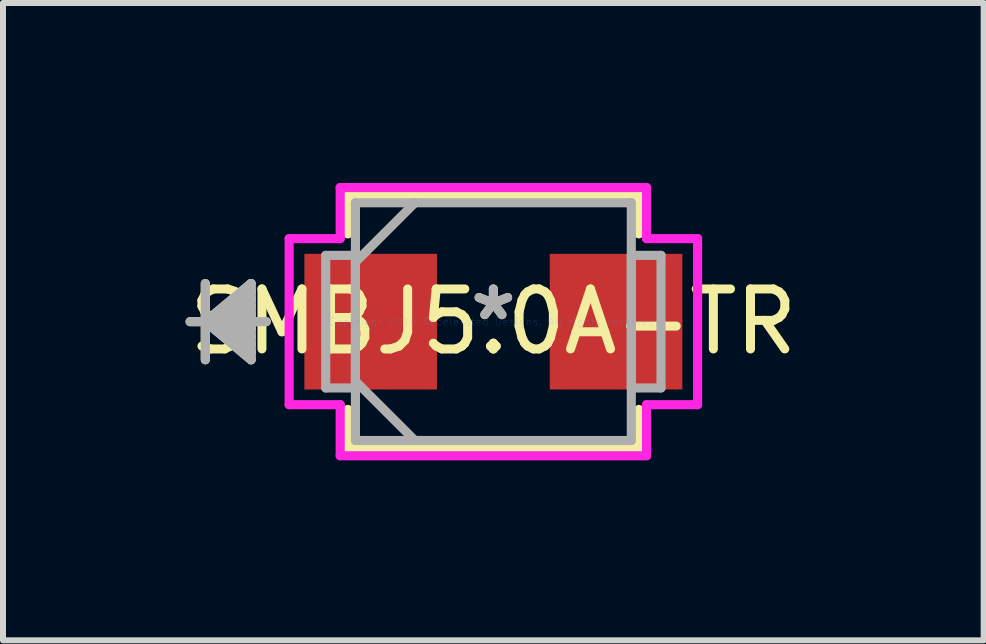
<source format=kicad_pcb>
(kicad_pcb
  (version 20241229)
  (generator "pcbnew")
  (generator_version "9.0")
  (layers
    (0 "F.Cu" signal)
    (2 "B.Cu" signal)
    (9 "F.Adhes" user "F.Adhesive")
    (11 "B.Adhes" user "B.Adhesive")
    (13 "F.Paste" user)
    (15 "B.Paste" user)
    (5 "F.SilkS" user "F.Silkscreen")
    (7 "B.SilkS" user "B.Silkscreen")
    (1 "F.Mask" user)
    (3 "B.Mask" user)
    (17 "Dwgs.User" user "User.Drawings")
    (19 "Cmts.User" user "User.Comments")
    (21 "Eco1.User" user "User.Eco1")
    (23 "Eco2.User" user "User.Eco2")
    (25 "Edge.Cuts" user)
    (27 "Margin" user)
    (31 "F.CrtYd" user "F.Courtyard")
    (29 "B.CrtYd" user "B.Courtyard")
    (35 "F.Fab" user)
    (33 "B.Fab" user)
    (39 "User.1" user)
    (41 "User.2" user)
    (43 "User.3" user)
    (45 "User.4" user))
  (footprint "SMBJ5.0A-TR"
    (layer "F.Cu")
    (at 5.173 2.311)
    (property "Reference" "SMBJ5.0A-TR" (at 0 0 0) (layer "F.SilkS") (effects (font (size 1 1) (thickness 0.15))))
    (attr through_hole)
    (fp_line (start -4.801 -0.635) (end -4.801 0.635) (stroke (width 0.152) (type solid)) (layer "F.SilkS"))
    (fp_line (start -4.801 0) (end -4.039 -0.635) (stroke (width 0.152) (type solid)) (layer "F.SilkS"))
    (fp_line (start -4.801 0) (end -4.039 -0.508) (stroke (width 0.152) (type solid)) (layer "F.SilkS"))
    (fp_line (start -4.801 0) (end -4.039 -0.381) (stroke (width 0.152) (type solid)) (layer "F.SilkS"))
    (fp_line (start -4.801 0) (end -4.039 -0.254) (stroke (width 0.152) (type solid)) (layer "F.SilkS"))
    (fp_line (start -4.801 0) (end -4.039 -0.127) (stroke (width 0.152) (type solid)) (layer "F.SilkS"))
    (fp_line (start -4.801 0) (end -4.039 0.127) (stroke (width 0.152) (type solid)) (layer "F.SilkS"))
    (fp_line (start -4.801 0) (end -4.039 0.254) (stroke (width 0.152) (type solid)) (layer "F.SilkS"))
    (fp_line (start -4.801 0) (end -4.039 0.381) (stroke (width 0.152) (type solid)) (layer "F.SilkS"))
    (fp_line (start -4.801 0) (end -4.039 0.508) (stroke (width 0.152) (type solid)) (layer "F.SilkS"))
    (fp_line (start -4.801 0) (end -4.039 0.635) (stroke (width 0.152) (type solid)) (layer "F.SilkS"))
    (fp_line (start -4.039 -0.635) (end -4.039 0.635) (stroke (width 0.152) (type solid)) (layer "F.SilkS"))
    (fp_line (start -3.785 0) (end -5.055 0) (stroke (width 0.152) (type solid)) (layer "F.SilkS"))
    (fp_line (start -2.426 -2.108) (end -2.426 -1.463) (stroke (width 0.152) (type solid)) (layer "F.SilkS"))
    (fp_line (start -2.426 1.463) (end -2.426 2.108) (stroke (width 0.152) (type solid)) (layer "F.SilkS"))
    (fp_line (start -2.426 2.108) (end 2.426 2.108) (stroke (width 0.152) (type solid)) (layer "F.SilkS"))
    (fp_line (start 2.426 -2.108) (end -2.426 -2.108) (stroke (width 0.152) (type solid)) (layer "F.SilkS"))
    (fp_line (start 2.426 -1.463) (end 2.426 -2.108) (stroke (width 0.152) (type solid)) (layer "F.SilkS"))
    (fp_line (start 2.426 2.108) (end 2.426 1.463) (stroke (width 0.152) (type solid)) (layer "F.SilkS"))
    (fp_line (start -3.404 -1.384) (end -2.553 -1.384) (stroke (width 0.152) (type solid)) (layer "F.CrtYd"))
    (fp_line (start -3.404 1.384) (end -3.404 -1.384) (stroke (width 0.152) (type solid)) (layer "F.CrtYd"))
    (fp_line (start -2.553 -2.235) (end 2.553 -2.235) (stroke (width 0.152) (type solid)) (layer "F.CrtYd"))
    (fp_line (start -2.553 -1.384) (end -2.553 -2.235) (stroke (width 0.152) (type solid)) (layer "F.CrtYd"))
    (fp_line (start -2.553 1.384) (end -3.404 1.384) (stroke (width 0.152) (type solid)) (layer "F.CrtYd"))
    (fp_line (start -2.553 2.235) (end -2.553 1.384) (stroke (width 0.152) (type solid)) (layer "F.CrtYd"))
    (fp_line (start 2.553 -2.235) (end 2.553 -1.384) (stroke (width 0.152) (type solid)) (layer "F.CrtYd"))
    (fp_line (start 2.553 -1.384) (end 3.404 -1.384) (stroke (width 0.152) (type solid)) (layer "F.CrtYd"))
    (fp_line (start 2.553 1.384) (end 2.553 2.235) (stroke (width 0.152) (type solid)) (layer "F.CrtYd"))
    (fp_line (start 2.553 2.235) (end -2.553 2.235) (stroke (width 0.152) (type solid)) (layer "F.CrtYd"))
    (fp_line (start 3.404 -1.384) (end 3.404 1.384) (stroke (width 0.152) (type solid)) (layer "F.CrtYd"))
    (fp_line (start 3.404 1.384) (end 2.553 1.384) (stroke (width 0.152) (type solid)) (layer "F.CrtYd"))
    (fp_line (start -4.801 -0.635) (end -4.801 0.635) (stroke (width 0.152) (type solid)) (layer "F.Fab"))
    (fp_line (start -4.801 0) (end -4.039 -0.635) (stroke (width 0.152) (type solid)) (layer "F.Fab"))
    (fp_line (start -4.801 0) (end -4.039 -0.508) (stroke (width 0.152) (type solid)) (layer "F.Fab"))
    (fp_line (start -4.801 0) (end -4.039 -0.381) (stroke (width 0.152) (type solid)) (layer "F.Fab"))
    (fp_line (start -4.801 0) (end -4.039 -0.254) (stroke (width 0.152) (type solid)) (layer "F.Fab"))
    (fp_line (start -4.801 0) (end -4.039 -0.127) (stroke (width 0.152) (type solid)) (layer "F.Fab"))
    (fp_line (start -4.801 0) (end -4.039 0.127) (stroke (width 0.152) (type solid)) (layer "F.Fab"))
    (fp_line (start -4.801 0) (end -4.039 0.254) (stroke (width 0.152) (type solid)) (layer "F.Fab"))
    (fp_line (start -4.801 0) (end -4.039 0.381) (stroke (width 0.152) (type solid)) (layer "F.Fab"))
    (fp_line (start -4.801 0) (end -4.039 0.508) (stroke (width 0.152) (type solid)) (layer "F.Fab"))
    (fp_line (start -4.801 0) (end -4.039 0.635) (stroke (width 0.152) (type solid)) (layer "F.Fab"))
    (fp_line (start -4.039 -0.635) (end -4.039 0.635) (stroke (width 0.152) (type solid)) (layer "F.Fab"))
    (fp_line (start -3.785 0) (end -5.055 0) (stroke (width 0.152) (type solid)) (layer "F.Fab"))
    (fp_line (start -2.794 -1.105) (end -2.794 1.105) (stroke (width 0.152) (type solid)) (layer "F.Fab"))
    (fp_line (start -2.794 1.105) (end -2.299 1.105) (stroke (width 0.152) (type solid)) (layer "F.Fab"))
    (fp_line (start -2.299 -1.981) (end -2.299 1.981) (stroke (width 0.152) (type solid)) (layer "F.Fab"))
    (fp_line (start -2.299 -1.105) (end -2.794 -1.105) (stroke (width 0.152) (type solid)) (layer "F.Fab"))
    (fp_line (start -2.299 -0.991) (end -1.308 -1.981) (stroke (width 0.152) (type solid)) (layer "F.Fab"))
    (fp_line (start -2.299 0.991) (end -1.308 1.981) (stroke (width 0.152) (type solid)) (layer "F.Fab"))
    (fp_line (start -2.299 1.105) (end -2.299 -1.105) (stroke (width 0.152) (type solid)) (layer "F.Fab"))
    (fp_line (start -2.299 1.981) (end 2.299 1.981) (stroke (width 0.152) (type solid)) (layer "F.Fab"))
    (fp_line (start 2.299 -1.981) (end -2.299 -1.981) (stroke (width 0.152) (type solid)) (layer "F.Fab"))
    (fp_line (start 2.299 -1.105) (end 2.299 1.105) (stroke (width 0.152) (type solid)) (layer "F.Fab"))
    (fp_line (start 2.299 1.105) (end 2.794 1.105) (stroke (width 0.152) (type solid)) (layer "F.Fab"))
    (fp_line (start 2.299 1.981) (end 2.299 -1.981) (stroke (width 0.152) (type solid)) (layer "F.Fab"))
    (fp_line (start 2.794 -1.105) (end 2.299 -1.105) (stroke (width 0.152) (type solid)) (layer "F.Fab"))
    (fp_line (start 2.794 1.105) (end 2.794 -1.105) (stroke (width 0.152) (type solid)) (layer "F.Fab"))
    (fp_text user "*" (at 0 0 0) (layer "F.SilkS") (effects (font (size 1 1) (thickness 0.15))))
    (fp_text user "Copyright 2016 Accelerated Designs. All rights reserved." (at 0 0 0) (layer "Cmts.User") (effects (font (size 0.127 0.127) (thickness 0.002))))
    (fp_text user "*" (at 0 0 0) (layer "F.Fab") (effects (font (size 1 1) (thickness 0.15))))
    (pad "1" smd rect (at -2.045 0) (size 2.21 2.261) (layers "F.Cu" "F.Mask" "F.Paste"))
    (pad "2" smd rect (at 2.045 0) (size 2.21 2.261) (layers "F.Cu" "F.Mask" "F.Paste")))
  (gr_rect
    (start -3 -3)
    (end 13.345 7.623)
    (stroke (width 0.1) (type default))
    (fill no)
    (layer "Edge.Cuts")))
</source>
